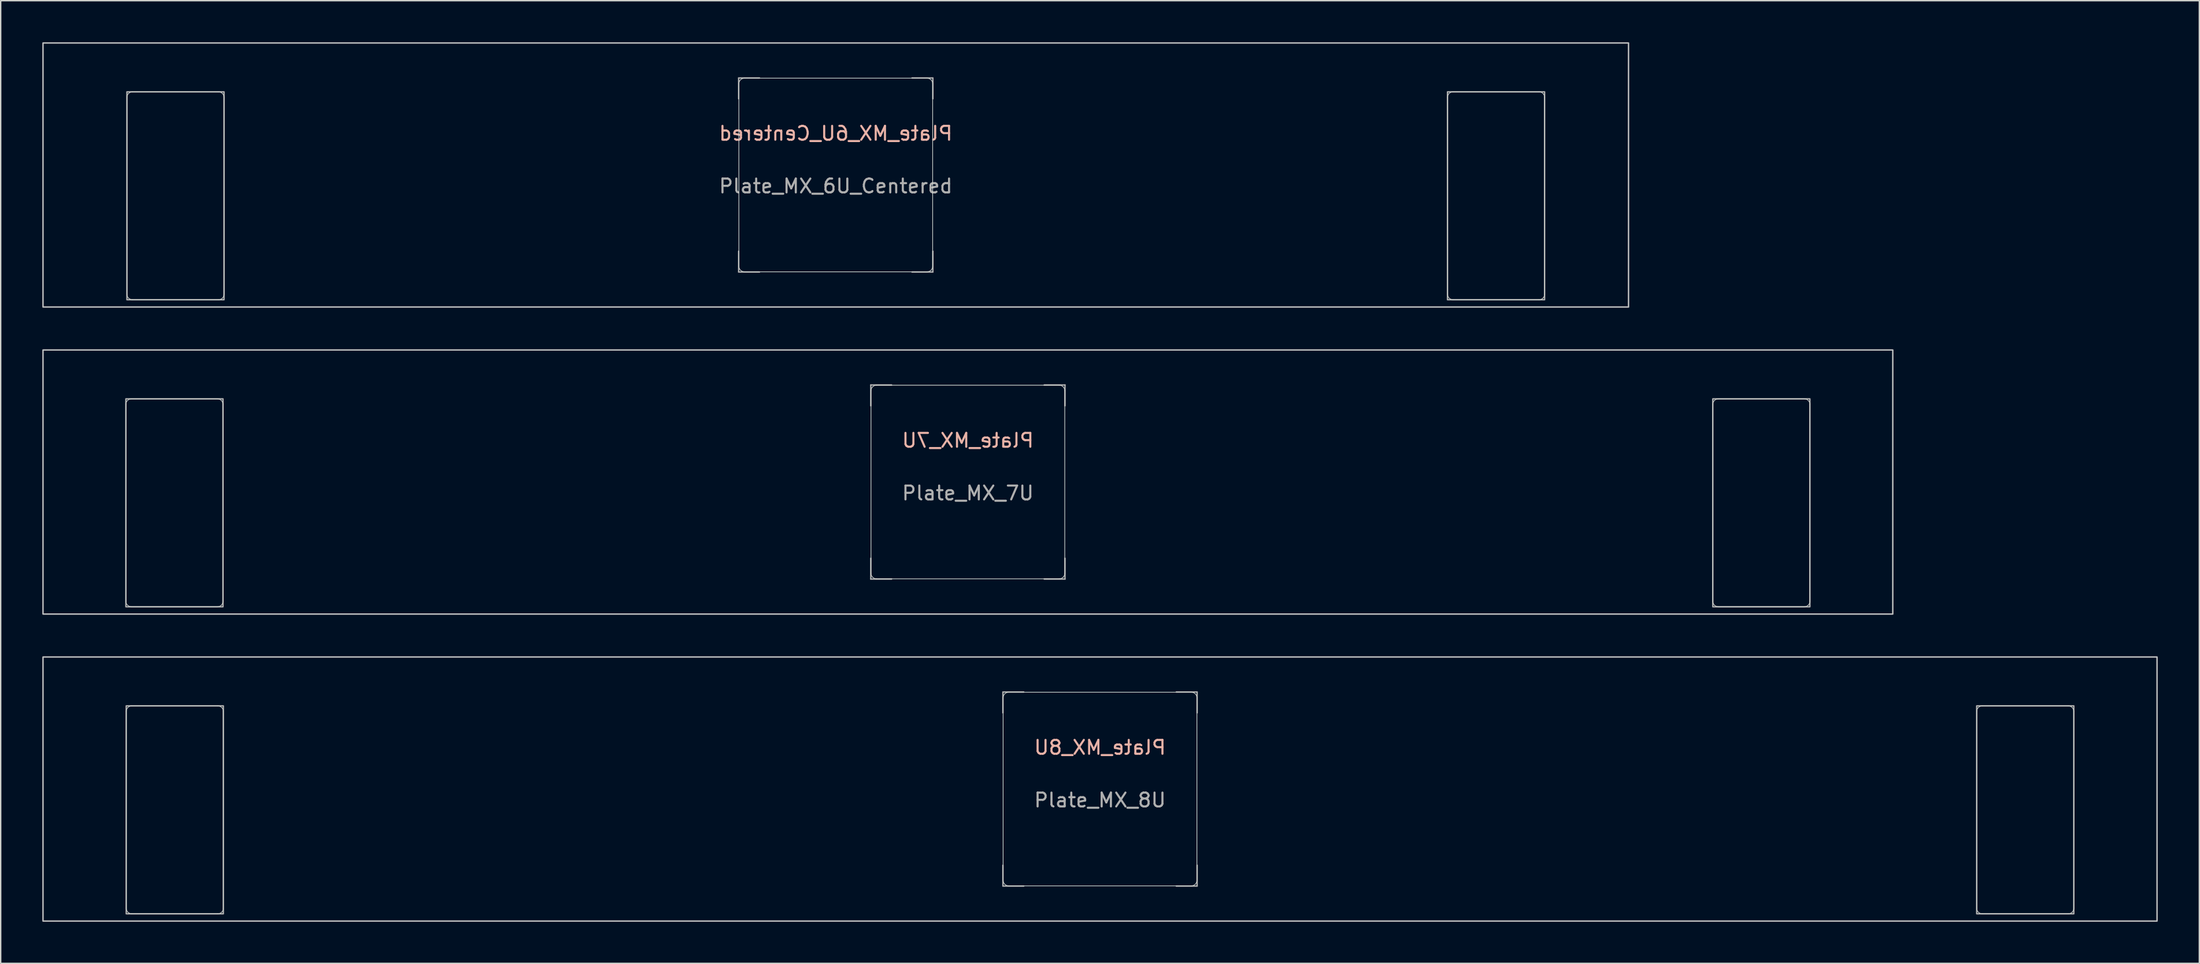
<source format=kicad_pcb>
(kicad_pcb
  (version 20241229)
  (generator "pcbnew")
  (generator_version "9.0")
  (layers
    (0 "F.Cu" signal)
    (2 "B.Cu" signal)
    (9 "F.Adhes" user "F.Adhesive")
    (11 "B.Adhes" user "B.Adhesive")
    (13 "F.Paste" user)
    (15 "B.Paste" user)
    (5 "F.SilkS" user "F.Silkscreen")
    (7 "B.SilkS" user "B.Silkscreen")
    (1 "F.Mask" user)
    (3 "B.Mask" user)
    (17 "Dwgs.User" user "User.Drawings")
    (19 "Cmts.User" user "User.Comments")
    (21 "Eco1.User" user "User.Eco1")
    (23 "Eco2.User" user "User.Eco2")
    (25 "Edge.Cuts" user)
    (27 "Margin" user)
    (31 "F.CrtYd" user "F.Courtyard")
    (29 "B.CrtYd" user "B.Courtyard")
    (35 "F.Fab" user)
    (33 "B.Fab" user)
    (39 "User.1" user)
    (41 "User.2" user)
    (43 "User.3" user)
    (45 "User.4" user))
  (footprint "Plate_MX_6U_Centered"
    (layer "F.Cu")
    (at 57.2 9.575)
    (property "Reference" "Plate_MX_6U_Centered" (at 0 -3 0) (layer "B.SilkS") (effects (font (size 1 1) (thickness 0.15)) (justify mirror)))
    (attr exclude_from_pos_files exclude_from_bom)
    (fp_rect (start -57.15 -9.525) (end 57.15 9.525) (stroke (width 0.1) (type solid)) (fill no) (layer "Dwgs.User"))
    (fp_line (start -51.1 8.6) (end -51.1 -5.6) (stroke (width 0.05) (type default)) (layer "Edge.Cuts"))
    (fp_line (start -50.7 -6) (end -44.5 -6) (stroke (width 0.05) (type default)) (layer "Edge.Cuts"))
    (fp_line (start -44.5 9) (end -50.7 9) (stroke (width 0.05) (type default)) (layer "Edge.Cuts"))
    (fp_line (start -44.1 -5.6) (end -44.1 8.6) (stroke (width 0.05) (type default)) (layer "Edge.Cuts"))
    (fp_line (start -6.985 6.585) (end -6.985 -6.585) (stroke (width 0.05) (type default)) (layer "Edge.Cuts"))
    (fp_line (start -6.585 -6.985) (end 6.585 -6.985) (stroke (width 0.05) (type default)) (layer "Edge.Cuts"))
    (fp_line (start 6.585 6.985) (end -6.585 6.985) (stroke (width 0.05) (type default)) (layer "Edge.Cuts"))
    (fp_line (start 6.985 -6.585) (end 6.985 6.585) (stroke (width 0.05) (type default)) (layer "Edge.Cuts"))
    (fp_line (start 44.1 8.6) (end 44.1 -5.6) (stroke (width 0.05) (type default)) (layer "Edge.Cuts"))
    (fp_line (start 44.5 -6) (end 50.7 -6) (stroke (width 0.05) (type default)) (layer "Edge.Cuts"))
    (fp_line (start 50.7 9) (end 44.5 9) (stroke (width 0.05) (type default)) (layer "Edge.Cuts"))
    (fp_line (start 51.1 -5.6) (end 51.1 8.6) (stroke (width 0.05) (type default)) (layer "Edge.Cuts"))
    (fp_arc (start -51.1 -5.6) (mid -50.982843 -5.882843) (end -50.7 -6) (stroke (width 0.05) (type default)) (layer "Edge.Cuts"))
    (fp_arc (start -50.7 9) (mid -50.982843 8.882843) (end -51.1 8.6) (stroke (width 0.05) (type default)) (layer "Edge.Cuts"))
    (fp_arc (start -44.5 -6) (mid -44.217157 -5.882843) (end -44.1 -5.6) (stroke (width 0.05) (type default)) (layer "Edge.Cuts"))
    (fp_arc (start -44.1 8.6) (mid -44.217157 8.882843) (end -44.5 9) (stroke (width 0.05) (type default)) (layer "Edge.Cuts"))
    (fp_arc (start -6.985 -6.585) (mid -6.867843 -6.867843) (end -6.585 -6.985) (stroke (width 0.05) (type default)) (layer "Edge.Cuts"))
    (fp_arc (start -6.585 6.985) (mid -6.867843 6.867843) (end -6.985 6.585) (stroke (width 0.05) (type default)) (layer "Edge.Cuts"))
    (fp_arc (start 6.585 -6.985) (mid 6.867843 -6.867843) (end 6.985 -6.585) (stroke (width 0.05) (type default)) (layer "Edge.Cuts"))
    (fp_arc (start 6.985 6.585) (mid 6.867843 6.867843) (end 6.585 6.985) (stroke (width 0.05) (type default)) (layer "Edge.Cuts"))
    (fp_arc (start 44.1 -5.6) (mid 44.217157 -5.882843) (end 44.5 -6) (stroke (width 0.05) (type default)) (layer "Edge.Cuts"))
    (fp_arc (start 44.5 9) (mid 44.217157 8.882843) (end 44.1 8.6) (stroke (width 0.05) (type default)) (layer "Edge.Cuts"))
    (fp_arc (start 50.7 -6) (mid 50.982843 -5.882843) (end 51.1 -5.6) (stroke (width 0.05) (type default)) (layer "Edge.Cuts"))
    (fp_arc (start 51.1 8.6) (mid 50.982843 8.882843) (end 50.7 9) (stroke (width 0.05) (type default)) (layer "Edge.Cuts"))
    (fp_line (start -7 -7) (end -7 -5.5) (stroke (width 0.1) (type default)) (layer "F.Fab"))
    (fp_line (start -7 -7) (end -5.5 -7) (stroke (width 0.1) (type default)) (layer "F.Fab"))
    (fp_line (start -7 5.5) (end -7 7) (stroke (width 0.1) (type default)) (layer "F.Fab"))
    (fp_line (start -5.5 7) (end -7 7) (stroke (width 0.1) (type default)) (layer "F.Fab"))
    (fp_line (start 5.5 -7) (end 7 -7) (stroke (width 0.1) (type default)) (layer "F.Fab"))
    (fp_line (start 7 -5.5) (end 7 -7) (stroke (width 0.1) (type default)) (layer "F.Fab"))
    (fp_line (start 7 7) (end 5.5 7) (stroke (width 0.1) (type default)) (layer "F.Fab"))
    (fp_line (start 7 7) (end 7 5.5) (stroke (width 0.1) (type default)) (layer "F.Fab"))
    (fp_rect (start -51.1 -6) (end -44.1 9) (stroke (width 0.1) (type default)) (fill no) (layer "F.Fab"))
    (fp_rect (start 44.1 -6) (end 51.1 9) (stroke (width 0.1) (type default)) (fill no) (layer "F.Fab"))
    (fp_text user "${REFERENCE}" (at 0 0.8 0) (layer "F.Fab") (effects (font (size 1 1) (thickness 0.15)))))
  (footprint "Plate_MX_8U"
    (layer "F.Cu")
    (at 76.25 53.875)
    (property "Reference" "Plate_MX_8U" (at 0 -3 0) (layer "B.SilkS") (effects (font (size 1 1) (thickness 0.15)) (justify mirror)))
    (attr exclude_from_pos_files exclude_from_bom)
    (fp_rect (start -76.2 -9.525) (end 76.2 9.525) (stroke (width 0.1) (type solid)) (fill no) (layer "Dwgs.User"))
    (fp_line (start -70.2 8.6) (end -70.2 -5.6) (stroke (width 0.05) (type default)) (layer "Edge.Cuts"))
    (fp_line (start -69.8 -6) (end -63.6 -6) (stroke (width 0.05) (type default)) (layer "Edge.Cuts"))
    (fp_line (start -63.6 9) (end -69.8 9) (stroke (width 0.05) (type default)) (layer "Edge.Cuts"))
    (fp_line (start -63.2 -5.6) (end -63.2 8.6) (stroke (width 0.05) (type default)) (layer "Edge.Cuts"))
    (fp_line (start -6.985 6.585) (end -6.985 -6.585) (stroke (width 0.05) (type default)) (layer "Edge.Cuts"))
    (fp_line (start -6.585 -6.985) (end 6.585 -6.985) (stroke (width 0.05) (type default)) (layer "Edge.Cuts"))
    (fp_line (start 6.585 6.985) (end -6.585 6.985) (stroke (width 0.05) (type default)) (layer "Edge.Cuts"))
    (fp_line (start 6.985 -6.585) (end 6.985 6.585) (stroke (width 0.05) (type default)) (layer "Edge.Cuts"))
    (fp_line (start 63.2 8.6) (end 63.2 -5.6) (stroke (width 0.05) (type default)) (layer "Edge.Cuts"))
    (fp_line (start 63.6 -6) (end 69.8 -6) (stroke (width 0.05) (type default)) (layer "Edge.Cuts"))
    (fp_line (start 69.8 9) (end 63.6 9) (stroke (width 0.05) (type default)) (layer "Edge.Cuts"))
    (fp_line (start 70.2 -5.6) (end 70.2 8.6) (stroke (width 0.05) (type default)) (layer "Edge.Cuts"))
    (fp_arc (start -70.2 -5.6) (mid -70.082843 -5.882843) (end -69.8 -6) (stroke (width 0.05) (type default)) (layer "Edge.Cuts"))
    (fp_arc (start -69.8 9) (mid -70.082843 8.882843) (end -70.2 8.6) (stroke (width 0.05) (type default)) (layer "Edge.Cuts"))
    (fp_arc (start -63.6 -6) (mid -63.317157 -5.882843) (end -63.2 -5.6) (stroke (width 0.05) (type default)) (layer "Edge.Cuts"))
    (fp_arc (start -63.2 8.6) (mid -63.317157 8.882843) (end -63.6 9) (stroke (width 0.05) (type default)) (layer "Edge.Cuts"))
    (fp_arc (start -6.985 -6.585) (mid -6.867843 -6.867843) (end -6.585 -6.985) (stroke (width 0.05) (type default)) (layer "Edge.Cuts"))
    (fp_arc (start -6.585 6.985) (mid -6.867843 6.867843) (end -6.985 6.585) (stroke (width 0.05) (type default)) (layer "Edge.Cuts"))
    (fp_arc (start 6.585 -6.985) (mid 6.867843 -6.867843) (end 6.985 -6.585) (stroke (width 0.05) (type default)) (layer "Edge.Cuts"))
    (fp_arc (start 6.985 6.585) (mid 6.867843 6.867843) (end 6.585 6.985) (stroke (width 0.05) (type default)) (layer "Edge.Cuts"))
    (fp_arc (start 63.2 -5.6) (mid 63.317157 -5.882843) (end 63.6 -6) (stroke (width 0.05) (type default)) (layer "Edge.Cuts"))
    (fp_arc (start 63.6 9) (mid 63.317157 8.882843) (end 63.2 8.6) (stroke (width 0.05) (type default)) (layer "Edge.Cuts"))
    (fp_arc (start 69.8 -6) (mid 70.082843 -5.882843) (end 70.2 -5.6) (stroke (width 0.05) (type default)) (layer "Edge.Cuts"))
    (fp_arc (start 70.2 8.6) (mid 70.082843 8.882843) (end 69.8 9) (stroke (width 0.05) (type default)) (layer "Edge.Cuts"))
    (fp_line (start -7 -7) (end -7 -5.5) (stroke (width 0.1) (type default)) (layer "F.Fab"))
    (fp_line (start -7 -7) (end -5.5 -7) (stroke (width 0.1) (type default)) (layer "F.Fab"))
    (fp_line (start -7 5.5) (end -7 7) (stroke (width 0.1) (type default)) (layer "F.Fab"))
    (fp_line (start -5.5 7) (end -7 7) (stroke (width 0.1) (type default)) (layer "F.Fab"))
    (fp_line (start 5.5 -7) (end 7 -7) (stroke (width 0.1) (type default)) (layer "F.Fab"))
    (fp_line (start 7 -5.5) (end 7 -7) (stroke (width 0.1) (type default)) (layer "F.Fab"))
    (fp_line (start 7 7) (end 5.5 7) (stroke (width 0.1) (type default)) (layer "F.Fab"))
    (fp_line (start 7 7) (end 7 5.5) (stroke (width 0.1) (type default)) (layer "F.Fab"))
    (fp_rect (start -70.2 -6) (end -63.2 9) (stroke (width 0.1) (type default)) (fill no) (layer "F.Fab"))
    (fp_rect (start 63.2 -6) (end 70.2 9) (stroke (width 0.1) (type default)) (fill no) (layer "F.Fab"))
    (fp_text user "${REFERENCE}" (at 0 0.8 0) (layer "F.Fab") (effects (font (size 1 1) (thickness 0.15)))))
  (footprint "Plate_MX_7U"
    (layer "F.Cu")
    (at 66.725 31.725)
    (property "Reference" "Plate_MX_7U" (at 0 -3 0) (layer "B.SilkS") (effects (font (size 1 1) (thickness 0.15)) (justify mirror)))
    (attr exclude_from_pos_files exclude_from_bom)
    (fp_rect (start -66.675 -9.525) (end 66.675 9.525) (stroke (width 0.1) (type solid)) (fill no) (layer "Dwgs.User"))
    (fp_line (start -60.7 8.6) (end -60.7 -5.6) (stroke (width 0.05) (type default)) (layer "Edge.Cuts"))
    (fp_line (start -60.3 -6) (end -54.1 -6) (stroke (width 0.05) (type default)) (layer "Edge.Cuts"))
    (fp_line (start -54.1 9) (end -60.3 9) (stroke (width 0.05) (type default)) (layer "Edge.Cuts"))
    (fp_line (start -53.7 -5.6) (end -53.7 8.6) (stroke (width 0.05) (type default)) (layer "Edge.Cuts"))
    (fp_line (start -6.985 6.585) (end -6.985 -6.585) (stroke (width 0.05) (type default)) (layer "Edge.Cuts"))
    (fp_line (start -6.585 -6.985) (end 6.585 -6.985) (stroke (width 0.05) (type default)) (layer "Edge.Cuts"))
    (fp_line (start 6.585 6.985) (end -6.585 6.985) (stroke (width 0.05) (type default)) (layer "Edge.Cuts"))
    (fp_line (start 6.985 -6.585) (end 6.985 6.585) (stroke (width 0.05) (type default)) (layer "Edge.Cuts"))
    (fp_line (start 53.7 8.6) (end 53.7 -5.6) (stroke (width 0.05) (type default)) (layer "Edge.Cuts"))
    (fp_line (start 54.1 -6) (end 60.3 -6) (stroke (width 0.05) (type default)) (layer "Edge.Cuts"))
    (fp_line (start 60.3 9) (end 54.1 9) (stroke (width 0.05) (type default)) (layer "Edge.Cuts"))
    (fp_line (start 60.7 -5.6) (end 60.7 8.6) (stroke (width 0.05) (type default)) (layer "Edge.Cuts"))
    (fp_arc (start -60.7 -5.6) (mid -60.582843 -5.882843) (end -60.3 -6) (stroke (width 0.05) (type default)) (layer "Edge.Cuts"))
    (fp_arc (start -60.3 9) (mid -60.582843 8.882843) (end -60.7 8.6) (stroke (width 0.05) (type default)) (layer "Edge.Cuts"))
    (fp_arc (start -54.1 -6) (mid -53.817157 -5.882843) (end -53.7 -5.6) (stroke (width 0.05) (type default)) (layer "Edge.Cuts"))
    (fp_arc (start -53.7 8.6) (mid -53.817157 8.882843) (end -54.1 9) (stroke (width 0.05) (type default)) (layer "Edge.Cuts"))
    (fp_arc (start -6.985 -6.585) (mid -6.867843 -6.867843) (end -6.585 -6.985) (stroke (width 0.05) (type default)) (layer "Edge.Cuts"))
    (fp_arc (start -6.585 6.985) (mid -6.867843 6.867843) (end -6.985 6.585) (stroke (width 0.05) (type default)) (layer "Edge.Cuts"))
    (fp_arc (start 6.585 -6.985) (mid 6.867843 -6.867843) (end 6.985 -6.585) (stroke (width 0.05) (type default)) (layer "Edge.Cuts"))
    (fp_arc (start 6.985 6.585) (mid 6.867843 6.867843) (end 6.585 6.985) (stroke (width 0.05) (type default)) (layer "Edge.Cuts"))
    (fp_arc (start 53.7 -5.6) (mid 53.817157 -5.882843) (end 54.1 -6) (stroke (width 0.05) (type default)) (layer "Edge.Cuts"))
    (fp_arc (start 54.1 9) (mid 53.817157 8.882843) (end 53.7 8.6) (stroke (width 0.05) (type default)) (layer "Edge.Cuts"))
    (fp_arc (start 60.3 -6) (mid 60.582843 -5.882843) (end 60.7 -5.6) (stroke (width 0.05) (type default)) (layer "Edge.Cuts"))
    (fp_arc (start 60.7 8.6) (mid 60.582843 8.882843) (end 60.3 9) (stroke (width 0.05) (type default)) (layer "Edge.Cuts"))
    (fp_line (start -7 -7) (end -7 -5.5) (stroke (width 0.1) (type default)) (layer "F.Fab"))
    (fp_line (start -7 -7) (end -5.5 -7) (stroke (width 0.1) (type default)) (layer "F.Fab"))
    (fp_line (start -7 5.5) (end -7 7) (stroke (width 0.1) (type default)) (layer "F.Fab"))
    (fp_line (start -5.5 7) (end -7 7) (stroke (width 0.1) (type default)) (layer "F.Fab"))
    (fp_line (start 5.5 -7) (end 7 -7) (stroke (width 0.1) (type default)) (layer "F.Fab"))
    (fp_line (start 7 -5.5) (end 7 -7) (stroke (width 0.1) (type default)) (layer "F.Fab"))
    (fp_line (start 7 7) (end 5.5 7) (stroke (width 0.1) (type default)) (layer "F.Fab"))
    (fp_line (start 7 7) (end 7 5.5) (stroke (width 0.1) (type default)) (layer "F.Fab"))
    (fp_rect (start -60.7 -6) (end -53.7 9) (stroke (width 0.1) (type default)) (fill no) (layer "F.Fab"))
    (fp_rect (start 53.7 -6) (end 60.7 9) (stroke (width 0.1) (type default)) (fill no) (layer "F.Fab"))
    (fp_text user "${REFERENCE}" (at 0 0.8 0) (layer "F.Fab") (effects (font (size 1 1) (thickness 0.15)))))
  (gr_rect
    (start -3 -3)
    (end 155.5 66.45)
    (stroke (width 0.1) (type default))
    (fill no)
    (layer "Edge.Cuts")))
</source>
